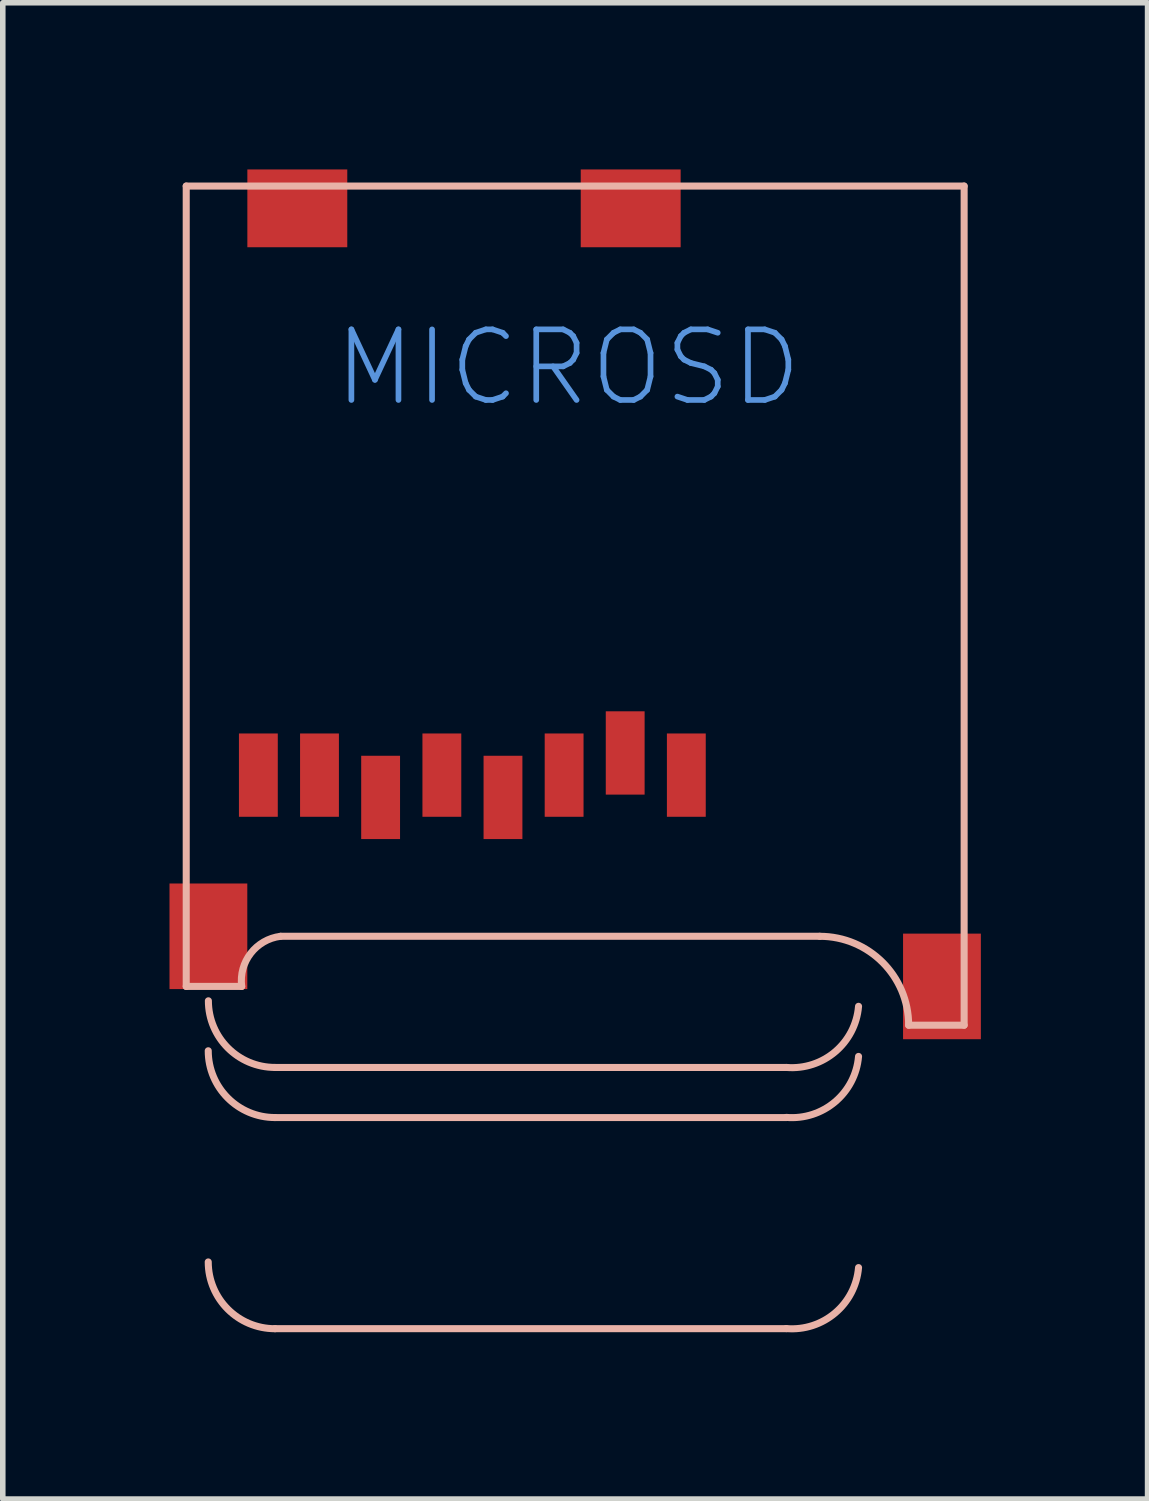
<source format=kicad_pcb>
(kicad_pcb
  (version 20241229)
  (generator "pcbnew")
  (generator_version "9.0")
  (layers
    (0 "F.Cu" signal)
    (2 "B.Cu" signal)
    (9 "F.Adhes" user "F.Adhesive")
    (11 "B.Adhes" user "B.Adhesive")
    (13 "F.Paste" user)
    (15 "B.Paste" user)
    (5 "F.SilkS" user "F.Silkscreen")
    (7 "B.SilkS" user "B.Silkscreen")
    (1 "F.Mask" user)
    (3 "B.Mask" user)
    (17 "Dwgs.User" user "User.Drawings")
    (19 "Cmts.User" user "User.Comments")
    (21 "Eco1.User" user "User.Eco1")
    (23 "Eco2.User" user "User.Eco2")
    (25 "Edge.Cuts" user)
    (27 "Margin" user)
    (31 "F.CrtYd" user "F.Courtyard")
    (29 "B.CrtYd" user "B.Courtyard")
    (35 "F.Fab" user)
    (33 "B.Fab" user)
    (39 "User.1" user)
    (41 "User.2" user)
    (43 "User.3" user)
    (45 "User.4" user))
  (footprint "MICROSD"
    (layer "F.Cu")
    (at 0.301 0.26)
    (property "Reference" "MICROSD" (at 6.873 3.305 0) (layer "Cmts.User") (effects (font (size 1.27 1.27) (thickness 0.102))))
    (attr smd)
    (fp_line (start 0 0.038) (end 0 14.44) (stroke (width 0.127) (type solid)) (layer "B.SilkS"))
    (fp_line (start 0 14.44) (end 0.998 14.44) (stroke (width 0.127) (type solid)) (layer "B.SilkS"))
    (fp_line (start 1.598 15.898) (end 10.798 15.898) (stroke (width 0.127) (type solid)) (layer "B.SilkS"))
    (fp_line (start 1.598 16.8) (end 10.798 16.8) (stroke (width 0.127) (type solid)) (layer "B.SilkS"))
    (fp_line (start 1.598 20.599) (end 10.798 20.599) (stroke (width 0.127) (type solid)) (layer "B.SilkS"))
    (fp_line (start 1.699 13.538) (end 11.4 13.538) (stroke (width 0.127) (type solid)) (layer "B.SilkS"))
    (fp_line (start 13 15.138) (end 13.998 15.138) (stroke (width 0.127) (type solid)) (layer "B.SilkS"))
    (fp_line (start 13.998 0.038) (end 0 0.038) (stroke (width 0.127) (type solid)) (layer "B.SilkS"))
    (fp_line (start 13.998 15.138) (end 13.998 0.038) (stroke (width 0.127) (type solid)) (layer "B.SilkS"))
    (fp_arc (start 0.99822 14.4399) (mid 1.160722 13.844386) (end 1.69672 13.5382) (stroke (width 0.127) (type solid)) (layer "B.SilkS"))
    (fp_arc (start 1.59766 15.89786) (mid 0.749924 15.546716) (end 0.39878 14.69898) (stroke (width 0.127) (type solid)) (layer "B.SilkS"))
    (fp_arc (start 1.59766 16.79956) (mid 0.748128 16.447672) (end 0.39624 15.59814) (stroke (width 0.127) (type solid)) (layer "B.SilkS"))
    (fp_arc (start 1.59766 20.5994) (mid 0.748128 20.247512) (end 0.39624 19.39798) (stroke (width 0.127) (type solid)) (layer "B.SilkS"))
    (fp_arc (start 11.39952 13.5382) (mid 12.531032 14.006888) (end 12.99972 15.1384) (stroke (width 0.127) (type solid)) (layer "B.SilkS"))
    (fp_arc (start 12.09802 14.79804) (mid 11.67683 15.616762) (end 10.80008 15.89786) (stroke (width 0.127) (type solid)) (layer "B.SilkS"))
    (fp_arc (start 12.09802 15.69974) (mid 11.675034 16.517718) (end 10.79754 16.79702) (stroke (width 0.127) (type solid)) (layer "B.SilkS"))
    (fp_arc (start 12.09802 19.49958) (mid 11.675034 20.317558) (end 10.79754 20.59686) (stroke (width 0.127) (type solid)) (layer "B.SilkS"))
    (pad "1" smd rect (at 8.999 10.638) (size 0.699 1.499) (layers "F.Cu" "F.Mask" "F.Paste"))
    (pad "2" smd rect (at 7.899 10.239) (size 0.699 1.499) (layers "F.Cu" "F.Mask" "F.Paste"))
    (pad "3" smd rect (at 6.8 10.638) (size 0.699 1.499) (layers "F.Cu" "F.Mask" "F.Paste"))
    (pad "4" smd rect (at 5.7 11.039) (size 0.699 1.499) (layers "F.Cu" "F.Mask" "F.Paste"))
    (pad "5" smd rect (at 4.6 10.638) (size 0.699 1.499) (layers "F.Cu" "F.Mask" "F.Paste"))
    (pad "6" smd rect (at 3.498 11.039) (size 0.699 1.499) (layers "F.Cu" "F.Mask" "F.Paste"))
    (pad "7" smd rect (at 2.398 10.638) (size 0.699 1.499) (layers "F.Cu" "F.Mask" "F.Paste"))
    (pad "8" smd rect (at 1.298 10.638) (size 0.699 1.499) (layers "F.Cu" "F.Mask" "F.Paste"))
    (pad "CD1" smd rect (at 1.999 0.439 90) (size 1.4 1.798) (layers "F.Cu" "F.Mask" "F.Paste"))
    (pad "CD2" smd rect (at 7.998 0.439 90) (size 1.4 1.798) (layers "F.Cu" "F.Mask" "F.Paste"))
    (pad "MT1" smd rect (at 0.399 13.538) (size 1.4 1.9) (layers "F.Cu" "F.Mask" "F.Paste"))
    (pad "MT2" smd rect (at 13.599 14.44) (size 1.4 1.9) (layers "F.Cu" "F.Mask" "F.Paste")))
  (gr_rect
    (start -3 -3)
    (end 17.6 23.925)
    (stroke (width 0.1) (type default))
    (fill no)
    (layer "Edge.Cuts")))
</source>
